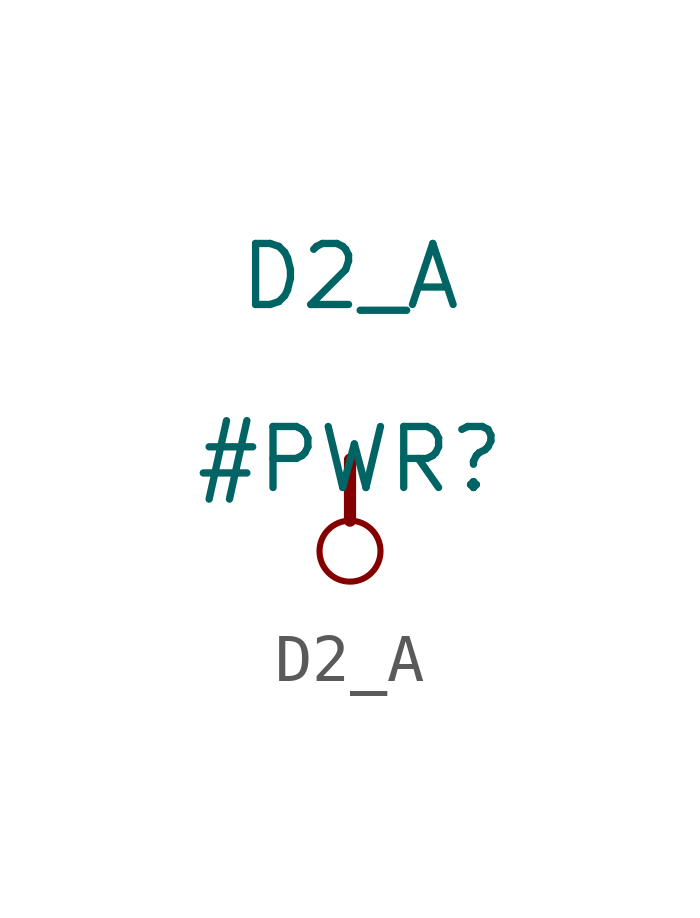
<source format=kicad_sym>
(kicad_symbol_lib
  (version 20211014)
  (generator kicad_symbol_editor)
  (symbol "D2_A"
    (power)
    (property "Reference" "#PWR"
      (at 0 0 0)
      (effects (font (size 1.27 1.27))))
    (property "Value" "D2_A"
      (at 0 3.81 0)
      (effects (font (size 1.27 1.27))))
    (symbol "D2_A_0_0"
      (circle (center 0 -1.905) (radius 0.635) (stroke (width 0.127) (type default) (color 0 0 0 0)) (fill (type none)))
      (polyline (pts (xy 0 0) (xy 0 -1.27)) (stroke (width 0.254) (type default) (color 0 0 0 0)) (fill (type none)))
      (pin power_in line (at 0 0 0) (length 0) hide (name "D2_A" (effects (font (size 1.27 1.27)))) (number "" (effects (font (size 1.27 1.27))))))))
</source>
